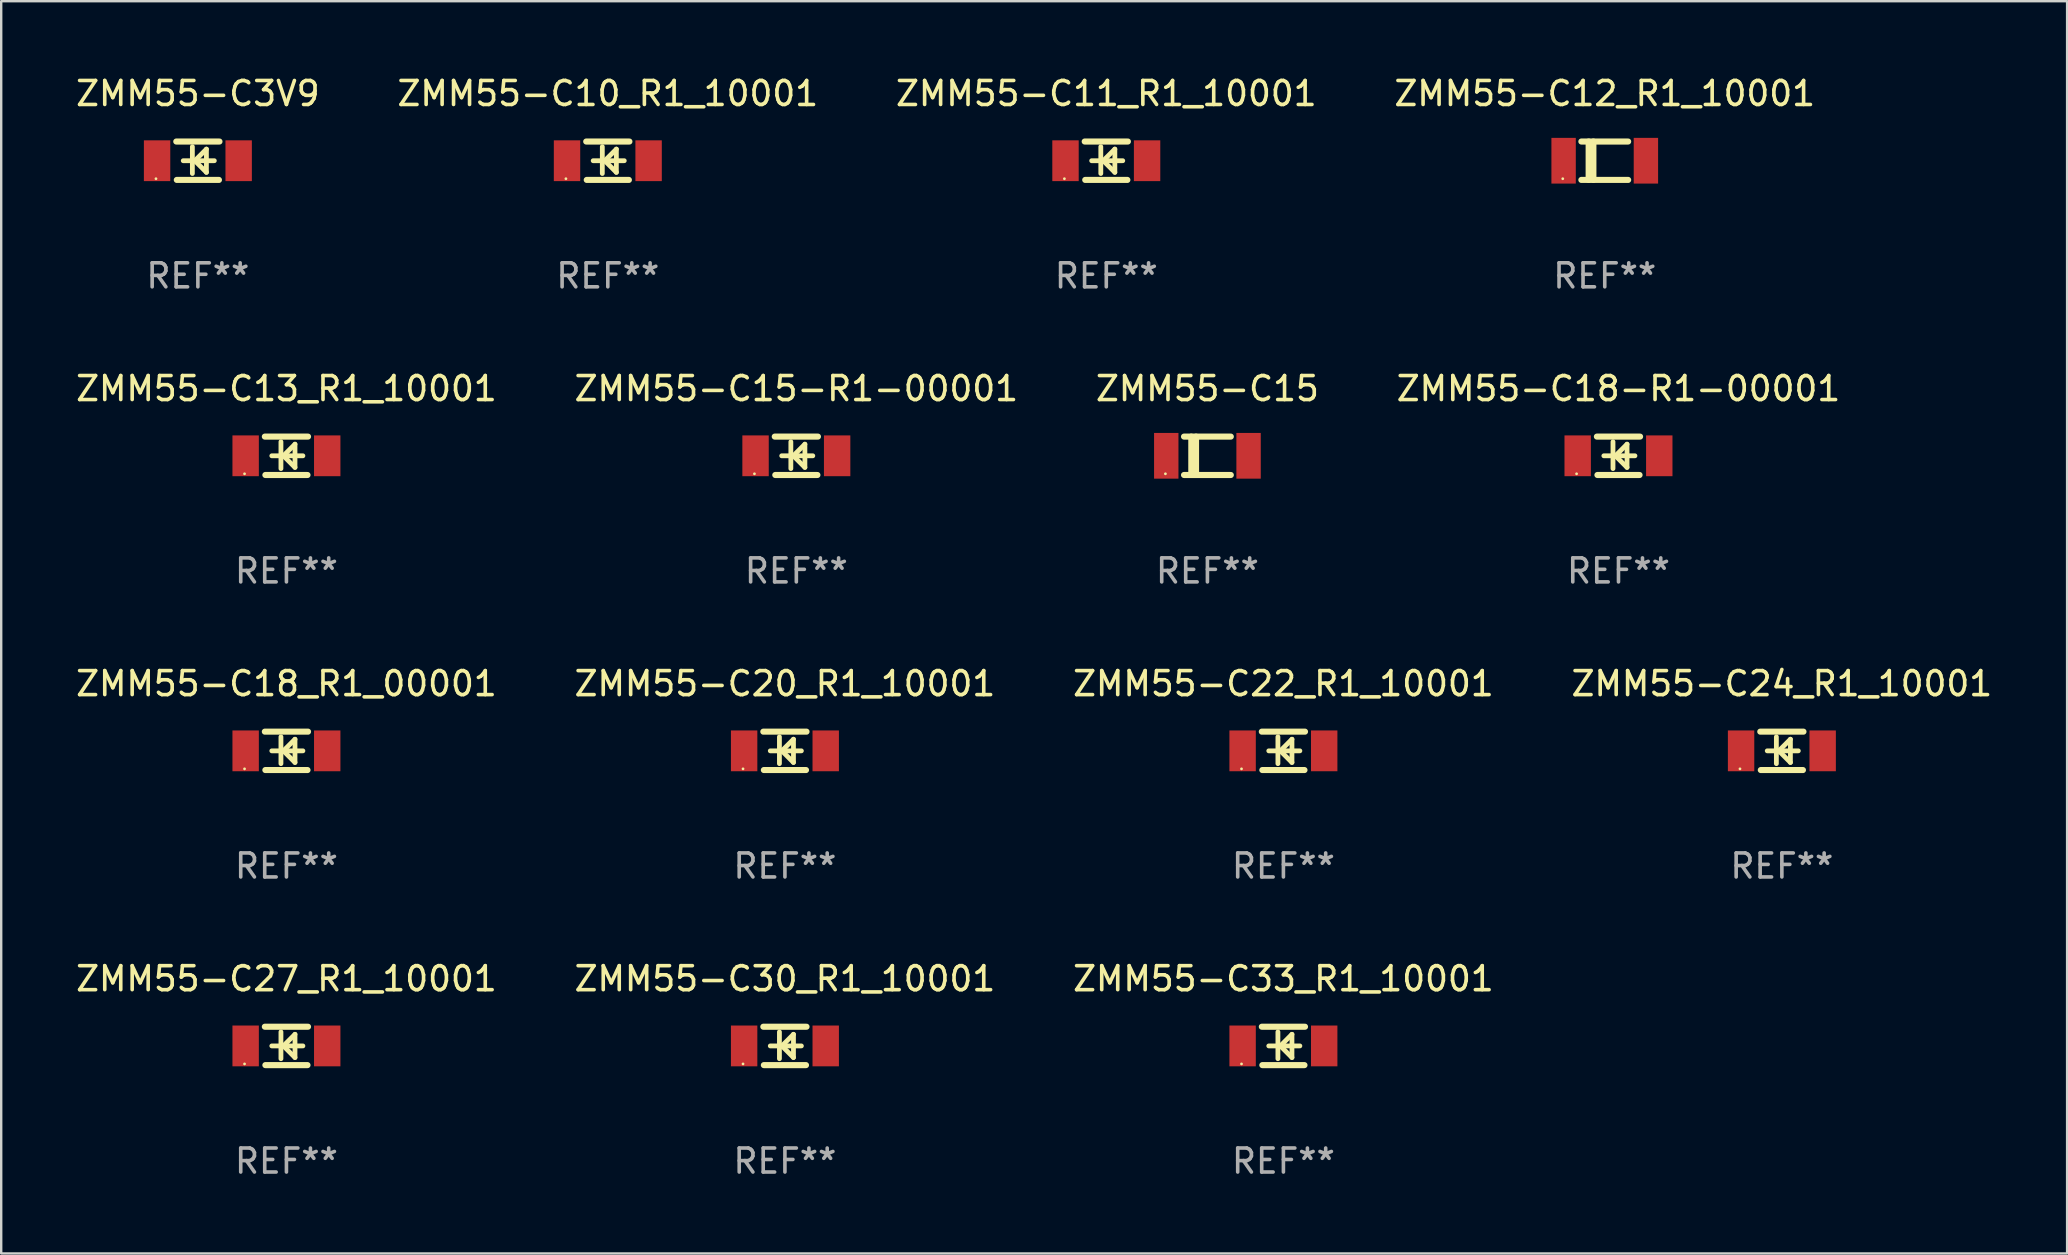
<source format=kicad_pcb>
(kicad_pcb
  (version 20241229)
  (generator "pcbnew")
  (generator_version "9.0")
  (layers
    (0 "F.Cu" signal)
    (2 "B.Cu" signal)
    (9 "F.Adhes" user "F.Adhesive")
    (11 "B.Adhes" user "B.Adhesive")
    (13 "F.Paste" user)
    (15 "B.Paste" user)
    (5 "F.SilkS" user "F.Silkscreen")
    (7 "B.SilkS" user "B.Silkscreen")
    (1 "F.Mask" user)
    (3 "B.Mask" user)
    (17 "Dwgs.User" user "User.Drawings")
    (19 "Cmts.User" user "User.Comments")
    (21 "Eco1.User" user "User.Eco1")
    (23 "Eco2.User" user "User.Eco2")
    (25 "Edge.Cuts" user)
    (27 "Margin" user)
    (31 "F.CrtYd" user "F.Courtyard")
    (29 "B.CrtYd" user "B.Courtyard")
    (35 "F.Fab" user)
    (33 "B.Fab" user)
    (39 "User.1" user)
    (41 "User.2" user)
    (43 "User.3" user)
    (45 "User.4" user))
  (footprint "ZMM55-C18-R1-00001"
    (layer "F.Cu")
    (at 64.399 15.945)
    (property "Reference" "ZMM55-C18-R1-00001" (at 0 -2.8 0) (layer "F.SilkS") (effects (font (size 1 1) (thickness 0.15))))
    (attr through_hole)
    (fp_line (start -0.9 -0.8) (end 0.9 -0.8) (stroke (width 0.254) (type solid)) (layer "F.SilkS"))
    (fp_line (start -0.878 0.8) (end 0.878 0.8) (stroke (width 0.254) (type solid)) (layer "F.SilkS"))
    (fp_line (start -0.61 0) (end 0.686 0) (stroke (width 0.2) (type solid)) (layer "F.SilkS"))
    (fp_line (start -0.229 -0.584) (end -0.229 0.533) (stroke (width 0.2) (type solid)) (layer "F.SilkS"))
    (fp_line (start -0.127 0) (end 0.356 -0.483) (stroke (width 0.2) (type solid)) (layer "F.SilkS"))
    (fp_line (start 0.356 -0.483) (end 0.356 0.483) (stroke (width 0.2) (type solid)) (layer "F.SilkS"))
    (fp_line (start 0.356 0.483) (end -0.102 0.025) (stroke (width 0.2) (type solid)) (layer "F.SilkS"))
    (fp_circle (center -1.746 0.75) (end -1.716 0.75) (stroke (width 0.06) (type solid)) (fill no) (layer "F.SilkS"))
    (fp_text user "REF**" (at 0 4.8 0) (layer "F.Fab") (effects (font (size 1 1) (thickness 0.15))))
    (pad "1" smd rect (at -1.7 0 180) (size 1.1 1.7) (layers "F.Cu" "F.Mask" "F.Paste"))
    (pad "2" smd rect (at 1.7 0 180) (size 1.1 1.7) (layers "F.Cu" "F.Mask" "F.Paste")))
  (footprint "ZMM55-C27_R1_10001"
    (layer "F.Cu")
    (at 8.887 40.538)
    (property "Reference" "ZMM55-C27_R1_10001" (at 0 -2.8 0) (layer "F.SilkS") (effects (font (size 1 1) (thickness 0.15))))
    (attr through_hole)
    (fp_line (start -0.9 -0.8) (end 0.9 -0.8) (stroke (width 0.254) (type solid)) (layer "F.SilkS"))
    (fp_line (start -0.878 0.8) (end 0.878 0.8) (stroke (width 0.254) (type solid)) (layer "F.SilkS"))
    (fp_line (start -0.61 0) (end 0.686 0) (stroke (width 0.2) (type solid)) (layer "F.SilkS"))
    (fp_line (start -0.229 -0.584) (end -0.229 0.533) (stroke (width 0.2) (type solid)) (layer "F.SilkS"))
    (fp_line (start -0.127 0) (end 0.356 -0.483) (stroke (width 0.2) (type solid)) (layer "F.SilkS"))
    (fp_line (start 0.356 -0.483) (end 0.356 0.483) (stroke (width 0.2) (type solid)) (layer "F.SilkS"))
    (fp_line (start 0.356 0.483) (end -0.102 0.025) (stroke (width 0.2) (type solid)) (layer "F.SilkS"))
    (fp_circle (center -1.746 0.75) (end -1.716 0.75) (stroke (width 0.06) (type solid)) (fill no) (layer "F.SilkS"))
    (fp_text user "REF**" (at 0 4.8 0) (layer "F.Fab") (effects (font (size 1 1) (thickness 0.15))))
    (pad "1" smd rect (at -1.7 0 180) (size 1.1 1.7) (layers "F.Cu" "F.Mask" "F.Paste"))
    (pad "2" smd rect (at 1.7 0 180) (size 1.1 1.7) (layers "F.Cu" "F.Mask" "F.Paste")))
  (footprint "ZMM55-C33_R1_10001"
    (layer "F.Cu")
    (at 50.435 40.538)
    (property "Reference" "ZMM55-C33_R1_10001" (at 0 -2.8 0) (layer "F.SilkS") (effects (font (size 1 1) (thickness 0.15))))
    (attr through_hole)
    (fp_line (start -0.9 -0.8) (end 0.9 -0.8) (stroke (width 0.254) (type solid)) (layer "F.SilkS"))
    (fp_line (start -0.878 0.8) (end 0.878 0.8) (stroke (width 0.254) (type solid)) (layer "F.SilkS"))
    (fp_line (start -0.61 0) (end 0.686 0) (stroke (width 0.2) (type solid)) (layer "F.SilkS"))
    (fp_line (start -0.229 -0.584) (end -0.229 0.533) (stroke (width 0.2) (type solid)) (layer "F.SilkS"))
    (fp_line (start -0.127 0) (end 0.356 -0.483) (stroke (width 0.2) (type solid)) (layer "F.SilkS"))
    (fp_line (start 0.356 -0.483) (end 0.356 0.483) (stroke (width 0.2) (type solid)) (layer "F.SilkS"))
    (fp_line (start 0.356 0.483) (end -0.102 0.025) (stroke (width 0.2) (type solid)) (layer "F.SilkS"))
    (fp_circle (center -1.746 0.75) (end -1.716 0.75) (stroke (width 0.06) (type solid)) (fill no) (layer "F.SilkS"))
    (fp_text user "REF**" (at 0 4.8 0) (layer "F.Fab") (effects (font (size 1 1) (thickness 0.15))))
    (pad "1" smd rect (at -1.7 0 180) (size 1.1 1.7) (layers "F.Cu" "F.Mask" "F.Paste"))
    (pad "2" smd rect (at 1.7 0 180) (size 1.1 1.7) (layers "F.Cu" "F.Mask" "F.Paste")))
  (footprint "ZMM55-C10_R1_10001"
    (layer "F.Cu")
    (at 22.28 3.648)
    (property "Reference" "ZMM55-C10_R1_10001" (at 0 -2.8 0) (layer "F.SilkS") (effects (font (size 1 1) (thickness 0.15))))
    (attr through_hole)
    (fp_line (start -0.9 -0.8) (end 0.9 -0.8) (stroke (width 0.254) (type solid)) (layer "F.SilkS"))
    (fp_line (start -0.878 0.8) (end 0.878 0.8) (stroke (width 0.254) (type solid)) (layer "F.SilkS"))
    (fp_line (start -0.61 0) (end 0.686 0) (stroke (width 0.2) (type solid)) (layer "F.SilkS"))
    (fp_line (start -0.229 -0.584) (end -0.229 0.533) (stroke (width 0.2) (type solid)) (layer "F.SilkS"))
    (fp_line (start -0.127 0) (end 0.356 -0.483) (stroke (width 0.2) (type solid)) (layer "F.SilkS"))
    (fp_line (start 0.356 -0.483) (end 0.356 0.483) (stroke (width 0.2) (type solid)) (layer "F.SilkS"))
    (fp_line (start 0.356 0.483) (end -0.102 0.025) (stroke (width 0.2) (type solid)) (layer "F.SilkS"))
    (fp_circle (center -1.746 0.75) (end -1.716 0.75) (stroke (width 0.06) (type solid)) (fill no) (layer "F.SilkS"))
    (fp_text user "REF**" (at 0 4.8 0) (layer "F.Fab") (effects (font (size 1 1) (thickness 0.15))))
    (pad "1" smd rect (at -1.7 0 180) (size 1.1 1.7) (layers "F.Cu" "F.Mask" "F.Paste"))
    (pad "2" smd rect (at 1.7 0 180) (size 1.1 1.7) (layers "F.Cu" "F.Mask" "F.Paste")))
  (footprint "ZMM55-C24_R1_10001"
    (layer "F.Cu")
    (at 71.208 28.241)
    (property "Reference" "ZMM55-C24_R1_10001" (at 0 -2.8 0) (layer "F.SilkS") (effects (font (size 1 1) (thickness 0.15))))
    (attr through_hole)
    (fp_line (start -0.9 -0.8) (end 0.9 -0.8) (stroke (width 0.254) (type solid)) (layer "F.SilkS"))
    (fp_line (start -0.878 0.8) (end 0.878 0.8) (stroke (width 0.254) (type solid)) (layer "F.SilkS"))
    (fp_line (start -0.61 0) (end 0.686 0) (stroke (width 0.2) (type solid)) (layer "F.SilkS"))
    (fp_line (start -0.229 -0.584) (end -0.229 0.533) (stroke (width 0.2) (type solid)) (layer "F.SilkS"))
    (fp_line (start -0.127 0) (end 0.356 -0.483) (stroke (width 0.2) (type solid)) (layer "F.SilkS"))
    (fp_line (start 0.356 -0.483) (end 0.356 0.483) (stroke (width 0.2) (type solid)) (layer "F.SilkS"))
    (fp_line (start 0.356 0.483) (end -0.102 0.025) (stroke (width 0.2) (type solid)) (layer "F.SilkS"))
    (fp_circle (center -1.746 0.75) (end -1.716 0.75) (stroke (width 0.06) (type solid)) (fill no) (layer "F.SilkS"))
    (fp_text user "REF**" (at 0 4.8 0) (layer "F.Fab") (effects (font (size 1 1) (thickness 0.15))))
    (pad "1" smd rect (at -1.7 0 180) (size 1.1 1.7) (layers "F.Cu" "F.Mask" "F.Paste"))
    (pad "2" smd rect (at 1.7 0 180) (size 1.1 1.7) (layers "F.Cu" "F.Mask" "F.Paste")))
  (footprint "ZMM55-C3V9"
    (layer "F.Cu")
    (at 5.196 3.648)
    (property "Reference" "ZMM55-C3V9" (at 0 -2.8 0) (layer "F.SilkS") (effects (font (size 1 1) (thickness 0.15))))
    (attr through_hole)
    (fp_line (start -0.9 -0.8) (end 0.9 -0.8) (stroke (width 0.254) (type solid)) (layer "F.SilkS"))
    (fp_line (start -0.878 0.8) (end 0.878 0.8) (stroke (width 0.254) (type solid)) (layer "F.SilkS"))
    (fp_line (start -0.61 0) (end 0.686 0) (stroke (width 0.2) (type solid)) (layer "F.SilkS"))
    (fp_line (start -0.229 -0.584) (end -0.229 0.533) (stroke (width 0.2) (type solid)) (layer "F.SilkS"))
    (fp_line (start -0.127 0) (end 0.356 -0.483) (stroke (width 0.2) (type solid)) (layer "F.SilkS"))
    (fp_line (start 0.356 -0.483) (end 0.356 0.483) (stroke (width 0.2) (type solid)) (layer "F.SilkS"))
    (fp_line (start 0.356 0.483) (end -0.102 0.025) (stroke (width 0.2) (type solid)) (layer "F.SilkS"))
    (fp_circle (center -1.746 0.75) (end -1.716 0.75) (stroke (width 0.06) (type solid)) (fill no) (layer "F.SilkS"))
    (fp_text user "REF**" (at 0 4.8 0) (layer "F.Fab") (effects (font (size 1 1) (thickness 0.15))))
    (pad "1" smd rect (at -1.7 0 180) (size 1.1 1.7) (layers "F.Cu" "F.Mask" "F.Paste"))
    (pad "2" smd rect (at 1.7 0 180) (size 1.1 1.7) (layers "F.Cu" "F.Mask" "F.Paste")))
  (footprint "ZMM55-C15"
    (layer "F.Cu")
    (at 47.268 15.945)
    (property "Reference" "ZMM55-C15" (at 0 -2.8 0) (layer "F.SilkS") (effects (font (size 1 1) (thickness 0.15))))
    (attr through_hole)
    (fp_line (start -0.975 -0.8) (end 0.975 -0.8) (stroke (width 0.254) (type solid)) (layer "F.SilkS"))
    (fp_line (start -0.975 0.8) (end 0.975 0.8) (stroke (width 0.254) (type solid)) (layer "F.SilkS"))
    (fp_line (start -0.671 -0.8) (end -0.671 0.8) (stroke (width 0.254) (type solid)) (layer "F.SilkS"))
    (fp_line (start -0.474 -0.8) (end -0.474 0.8) (stroke (width 0.254) (type solid)) (layer "F.SilkS"))
    (fp_circle (center -1.75 0.75) (end -1.72 0.75) (stroke (width 0.06) (type solid)) (fill no) (layer "F.SilkS"))
    (fp_text user "REF**" (at 0 4.8 0) (layer "F.Fab") (effects (font (size 1 1) (thickness 0.15))))
    (pad "1" smd rect (at -1.715 0 180) (size 1.016 1.905) (layers "F.Cu" "F.Mask" "F.Paste"))
    (pad "2" smd rect (at 1.715 0 180) (size 1.016 1.905) (layers "F.Cu" "F.Mask" "F.Paste")))
  (footprint "ZMM55-C13_R1_10001"
    (layer "F.Cu")
    (at 8.887 15.945)
    (property "Reference" "ZMM55-C13_R1_10001" (at 0 -2.8 0) (layer "F.SilkS") (effects (font (size 1 1) (thickness 0.15))))
    (attr through_hole)
    (fp_line (start -0.9 -0.8) (end 0.9 -0.8) (stroke (width 0.254) (type solid)) (layer "F.SilkS"))
    (fp_line (start -0.878 0.8) (end 0.878 0.8) (stroke (width 0.254) (type solid)) (layer "F.SilkS"))
    (fp_line (start -0.61 0) (end 0.686 0) (stroke (width 0.2) (type solid)) (layer "F.SilkS"))
    (fp_line (start -0.229 -0.584) (end -0.229 0.533) (stroke (width 0.2) (type solid)) (layer "F.SilkS"))
    (fp_line (start -0.127 0) (end 0.356 -0.483) (stroke (width 0.2) (type solid)) (layer "F.SilkS"))
    (fp_line (start 0.356 -0.483) (end 0.356 0.483) (stroke (width 0.2) (type solid)) (layer "F.SilkS"))
    (fp_line (start 0.356 0.483) (end -0.102 0.025) (stroke (width 0.2) (type solid)) (layer "F.SilkS"))
    (fp_circle (center -1.746 0.75) (end -1.716 0.75) (stroke (width 0.06) (type solid)) (fill no) (layer "F.SilkS"))
    (fp_text user "REF**" (at 0 4.8 0) (layer "F.Fab") (effects (font (size 1 1) (thickness 0.15))))
    (pad "1" smd rect (at -1.7 0 180) (size 1.1 1.7) (layers "F.Cu" "F.Mask" "F.Paste"))
    (pad "2" smd rect (at 1.7 0 180) (size 1.1 1.7) (layers "F.Cu" "F.Mask" "F.Paste")))
  (footprint "ZMM55-C30_R1_10001"
    (layer "F.Cu")
    (at 29.661 40.538)
    (property "Reference" "ZMM55-C30_R1_10001" (at 0 -2.8 0) (layer "F.SilkS") (effects (font (size 1 1) (thickness 0.15))))
    (attr through_hole)
    (fp_line (start -0.9 -0.8) (end 0.9 -0.8) (stroke (width 0.254) (type solid)) (layer "F.SilkS"))
    (fp_line (start -0.878 0.8) (end 0.878 0.8) (stroke (width 0.254) (type solid)) (layer "F.SilkS"))
    (fp_line (start -0.61 0) (end 0.686 0) (stroke (width 0.2) (type solid)) (layer "F.SilkS"))
    (fp_line (start -0.229 -0.584) (end -0.229 0.533) (stroke (width 0.2) (type solid)) (layer "F.SilkS"))
    (fp_line (start -0.127 0) (end 0.356 -0.483) (stroke (width 0.2) (type solid)) (layer "F.SilkS"))
    (fp_line (start 0.356 -0.483) (end 0.356 0.483) (stroke (width 0.2) (type solid)) (layer "F.SilkS"))
    (fp_line (start 0.356 0.483) (end -0.102 0.025) (stroke (width 0.2) (type solid)) (layer "F.SilkS"))
    (fp_circle (center -1.746 0.75) (end -1.716 0.75) (stroke (width 0.06) (type solid)) (fill no) (layer "F.SilkS"))
    (fp_text user "REF**" (at 0 4.8 0) (layer "F.Fab") (effects (font (size 1 1) (thickness 0.15))))
    (pad "1" smd rect (at -1.7 0 180) (size 1.1 1.7) (layers "F.Cu" "F.Mask" "F.Paste"))
    (pad "2" smd rect (at 1.7 0 180) (size 1.1 1.7) (layers "F.Cu" "F.Mask" "F.Paste")))
  (footprint "ZMM55-C20_R1_10001"
    (layer "F.Cu")
    (at 29.661 28.241)
    (property "Reference" "ZMM55-C20_R1_10001" (at 0 -2.8 0) (layer "F.SilkS") (effects (font (size 1 1) (thickness 0.15))))
    (attr through_hole)
    (fp_line (start -0.9 -0.8) (end 0.9 -0.8) (stroke (width 0.254) (type solid)) (layer "F.SilkS"))
    (fp_line (start -0.878 0.8) (end 0.878 0.8) (stroke (width 0.254) (type solid)) (layer "F.SilkS"))
    (fp_line (start -0.61 0) (end 0.686 0) (stroke (width 0.2) (type solid)) (layer "F.SilkS"))
    (fp_line (start -0.229 -0.584) (end -0.229 0.533) (stroke (width 0.2) (type solid)) (layer "F.SilkS"))
    (fp_line (start -0.127 0) (end 0.356 -0.483) (stroke (width 0.2) (type solid)) (layer "F.SilkS"))
    (fp_line (start 0.356 -0.483) (end 0.356 0.483) (stroke (width 0.2) (type solid)) (layer "F.SilkS"))
    (fp_line (start 0.356 0.483) (end -0.102 0.025) (stroke (width 0.2) (type solid)) (layer "F.SilkS"))
    (fp_circle (center -1.746 0.75) (end -1.716 0.75) (stroke (width 0.06) (type solid)) (fill no) (layer "F.SilkS"))
    (fp_text user "REF**" (at 0 4.8 0) (layer "F.Fab") (effects (font (size 1 1) (thickness 0.15))))
    (pad "1" smd rect (at -1.7 0 180) (size 1.1 1.7) (layers "F.Cu" "F.Mask" "F.Paste"))
    (pad "2" smd rect (at 1.7 0 180) (size 1.1 1.7) (layers "F.Cu" "F.Mask" "F.Paste")))
  (footprint "ZMM55-C22_R1_10001"
    (layer "F.Cu")
    (at 50.435 28.241)
    (property "Reference" "ZMM55-C22_R1_10001" (at 0 -2.8 0) (layer "F.SilkS") (effects (font (size 1 1) (thickness 0.15))))
    (attr through_hole)
    (fp_line (start -0.9 -0.8) (end 0.9 -0.8) (stroke (width 0.254) (type solid)) (layer "F.SilkS"))
    (fp_line (start -0.878 0.8) (end 0.878 0.8) (stroke (width 0.254) (type solid)) (layer "F.SilkS"))
    (fp_line (start -0.61 0) (end 0.686 0) (stroke (width 0.2) (type solid)) (layer "F.SilkS"))
    (fp_line (start -0.229 -0.584) (end -0.229 0.533) (stroke (width 0.2) (type solid)) (layer "F.SilkS"))
    (fp_line (start -0.127 0) (end 0.356 -0.483) (stroke (width 0.2) (type solid)) (layer "F.SilkS"))
    (fp_line (start 0.356 -0.483) (end 0.356 0.483) (stroke (width 0.2) (type solid)) (layer "F.SilkS"))
    (fp_line (start 0.356 0.483) (end -0.102 0.025) (stroke (width 0.2) (type solid)) (layer "F.SilkS"))
    (fp_circle (center -1.746 0.75) (end -1.716 0.75) (stroke (width 0.06) (type solid)) (fill no) (layer "F.SilkS"))
    (fp_text user "REF**" (at 0 4.8 0) (layer "F.Fab") (effects (font (size 1 1) (thickness 0.15))))
    (pad "1" smd rect (at -1.7 0 180) (size 1.1 1.7) (layers "F.Cu" "F.Mask" "F.Paste"))
    (pad "2" smd rect (at 1.7 0 180) (size 1.1 1.7) (layers "F.Cu" "F.Mask" "F.Paste")))
  (footprint "ZMM55-C18_R1_00001"
    (layer "F.Cu")
    (at 8.887 28.241)
    (property "Reference" "ZMM55-C18_R1_00001" (at 0 -2.8 0) (layer "F.SilkS") (effects (font (size 1 1) (thickness 0.15))))
    (attr through_hole)
    (fp_line (start -0.9 -0.8) (end 0.9 -0.8) (stroke (width 0.254) (type solid)) (layer "F.SilkS"))
    (fp_line (start -0.878 0.8) (end 0.878 0.8) (stroke (width 0.254) (type solid)) (layer "F.SilkS"))
    (fp_line (start -0.61 0) (end 0.686 0) (stroke (width 0.2) (type solid)) (layer "F.SilkS"))
    (fp_line (start -0.229 -0.584) (end -0.229 0.533) (stroke (width 0.2) (type solid)) (layer "F.SilkS"))
    (fp_line (start -0.127 0) (end 0.356 -0.483) (stroke (width 0.2) (type solid)) (layer "F.SilkS"))
    (fp_line (start 0.356 -0.483) (end 0.356 0.483) (stroke (width 0.2) (type solid)) (layer "F.SilkS"))
    (fp_line (start 0.356 0.483) (end -0.102 0.025) (stroke (width 0.2) (type solid)) (layer "F.SilkS"))
    (fp_circle (center -1.746 0.75) (end -1.716 0.75) (stroke (width 0.06) (type solid)) (fill no) (layer "F.SilkS"))
    (fp_text user "REF**" (at 0 4.8 0) (layer "F.Fab") (effects (font (size 1 1) (thickness 0.15))))
    (pad "1" smd rect (at -1.7 0 180) (size 1.1 1.7) (layers "F.Cu" "F.Mask" "F.Paste"))
    (pad "2" smd rect (at 1.7 0 180) (size 1.1 1.7) (layers "F.Cu" "F.Mask" "F.Paste")))
  (footprint "ZMM55-C15-R1-00001"
    (layer "F.Cu")
    (at 30.137 15.945)
    (property "Reference" "ZMM55-C15-R1-00001" (at 0 -2.8 0) (layer "F.SilkS") (effects (font (size 1 1) (thickness 0.15))))
    (attr through_hole)
    (fp_line (start -0.9 -0.8) (end 0.9 -0.8) (stroke (width 0.254) (type solid)) (layer "F.SilkS"))
    (fp_line (start -0.878 0.8) (end 0.878 0.8) (stroke (width 0.254) (type solid)) (layer "F.SilkS"))
    (fp_line (start -0.61 0) (end 0.686 0) (stroke (width 0.2) (type solid)) (layer "F.SilkS"))
    (fp_line (start -0.229 -0.584) (end -0.229 0.533) (stroke (width 0.2) (type solid)) (layer "F.SilkS"))
    (fp_line (start -0.127 0) (end 0.356 -0.483) (stroke (width 0.2) (type solid)) (layer "F.SilkS"))
    (fp_line (start 0.356 -0.483) (end 0.356 0.483) (stroke (width 0.2) (type solid)) (layer "F.SilkS"))
    (fp_line (start 0.356 0.483) (end -0.102 0.025) (stroke (width 0.2) (type solid)) (layer "F.SilkS"))
    (fp_circle (center -1.746 0.75) (end -1.716 0.75) (stroke (width 0.06) (type solid)) (fill no) (layer "F.SilkS"))
    (fp_text user "REF**" (at 0 4.8 0) (layer "F.Fab") (effects (font (size 1 1) (thickness 0.15))))
    (pad "1" smd rect (at -1.7 0 180) (size 1.1 1.7) (layers "F.Cu" "F.Mask" "F.Paste"))
    (pad "2" smd rect (at 1.7 0 180) (size 1.1 1.7) (layers "F.Cu" "F.Mask" "F.Paste")))
  (footprint "ZMM55-C12_R1_10001"
    (layer "F.Cu")
    (at 63.827 3.648)
    (property "Reference" "ZMM55-C12_R1_10001" (at 0 -2.8 0) (layer "F.SilkS") (effects (font (size 1 1) (thickness 0.15))))
    (attr through_hole)
    (fp_line (start -0.975 -0.8) (end 0.975 -0.8) (stroke (width 0.254) (type solid)) (layer "F.SilkS"))
    (fp_line (start -0.975 0.8) (end 0.975 0.8) (stroke (width 0.254) (type solid)) (layer "F.SilkS"))
    (fp_line (start -0.671 -0.8) (end -0.671 0.8) (stroke (width 0.254) (type solid)) (layer "F.SilkS"))
    (fp_line (start -0.474 -0.8) (end -0.474 0.8) (stroke (width 0.254) (type solid)) (layer "F.SilkS"))
    (fp_circle (center -1.75 0.75) (end -1.72 0.75) (stroke (width 0.06) (type solid)) (fill no) (layer "F.SilkS"))
    (fp_text user "REF**" (at 0 4.8 0) (layer "F.Fab") (effects (font (size 1 1) (thickness 0.15))))
    (pad "1" smd rect (at -1.715 0 180) (size 1.016 1.905) (layers "F.Cu" "F.Mask" "F.Paste"))
    (pad "2" smd rect (at 1.715 0 180) (size 1.016 1.905) (layers "F.Cu" "F.Mask" "F.Paste")))
  (footprint "ZMM55-C11_R1_10001"
    (layer "F.Cu")
    (at 43.054 3.648)
    (property "Reference" "ZMM55-C11_R1_10001" (at 0 -2.8 0) (layer "F.SilkS") (effects (font (size 1 1) (thickness 0.15))))
    (attr through_hole)
    (fp_line (start -0.9 -0.8) (end 0.9 -0.8) (stroke (width 0.254) (type solid)) (layer "F.SilkS"))
    (fp_line (start -0.878 0.8) (end 0.878 0.8) (stroke (width 0.254) (type solid)) (layer "F.SilkS"))
    (fp_line (start -0.61 0) (end 0.686 0) (stroke (width 0.2) (type solid)) (layer "F.SilkS"))
    (fp_line (start -0.229 -0.584) (end -0.229 0.533) (stroke (width 0.2) (type solid)) (layer "F.SilkS"))
    (fp_line (start -0.127 0) (end 0.356 -0.483) (stroke (width 0.2) (type solid)) (layer "F.SilkS"))
    (fp_line (start 0.356 -0.483) (end 0.356 0.483) (stroke (width 0.2) (type solid)) (layer "F.SilkS"))
    (fp_line (start 0.356 0.483) (end -0.102 0.025) (stroke (width 0.2) (type solid)) (layer "F.SilkS"))
    (fp_circle (center -1.746 0.75) (end -1.716 0.75) (stroke (width 0.06) (type solid)) (fill no) (layer "F.SilkS"))
    (fp_text user "REF**" (at 0 4.8 0) (layer "F.Fab") (effects (font (size 1 1) (thickness 0.15))))
    (pad "1" smd rect (at -1.7 0 180) (size 1.1 1.7) (layers "F.Cu" "F.Mask" "F.Paste"))
    (pad "2" smd rect (at 1.7 0 180) (size 1.1 1.7) (layers "F.Cu" "F.Mask" "F.Paste")))
  (gr_rect
    (start -3 -3)
    (end 83.095 49.186)
    (stroke (width 0.1) (type default))
    (fill no)
    (layer "Edge.Cuts")))
</source>
